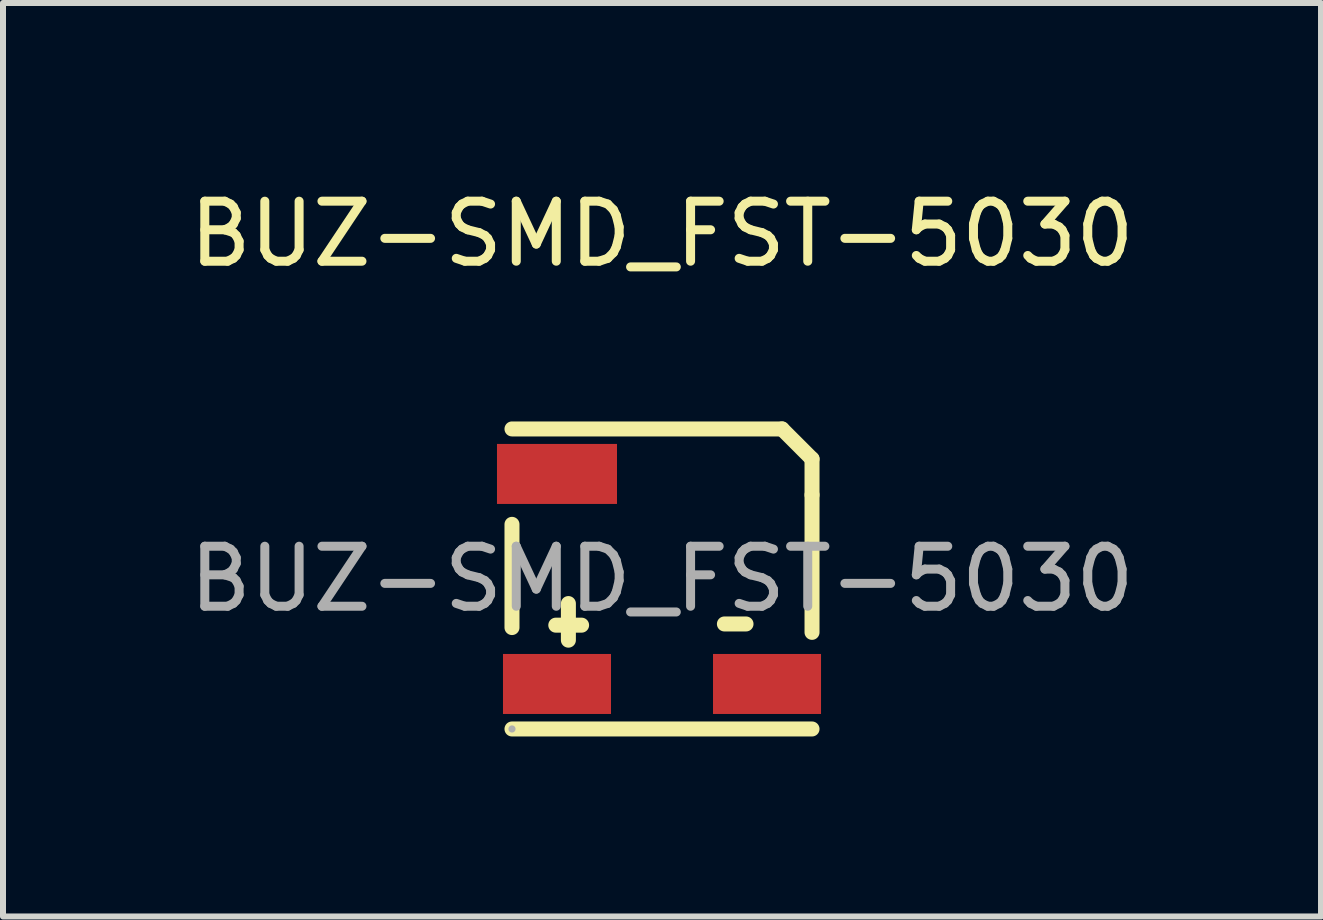
<source format=kicad_pcb>
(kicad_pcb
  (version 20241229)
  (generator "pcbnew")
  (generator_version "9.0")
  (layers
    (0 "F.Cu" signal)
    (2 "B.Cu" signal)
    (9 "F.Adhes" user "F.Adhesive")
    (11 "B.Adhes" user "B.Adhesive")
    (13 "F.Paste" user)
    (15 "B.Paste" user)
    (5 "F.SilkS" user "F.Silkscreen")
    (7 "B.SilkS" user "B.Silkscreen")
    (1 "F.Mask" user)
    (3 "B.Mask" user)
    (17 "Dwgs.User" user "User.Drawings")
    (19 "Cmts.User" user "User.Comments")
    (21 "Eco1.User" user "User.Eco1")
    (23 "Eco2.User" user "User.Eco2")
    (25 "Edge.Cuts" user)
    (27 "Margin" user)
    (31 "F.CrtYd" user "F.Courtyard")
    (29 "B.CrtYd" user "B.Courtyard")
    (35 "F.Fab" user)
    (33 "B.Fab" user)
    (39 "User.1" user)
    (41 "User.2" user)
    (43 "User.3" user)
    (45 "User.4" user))
  (footprint "BUZ-SMD_FST-5030"
    (layer "F.Cu")
    (at 7.982 6.598)
    (property "Reference" "BUZ-SMD_FST-5030" (at 0 -5.75 0) (layer "F.SilkS") (effects (font (size 1 1) (thickness 0.15))))
    (attr smd)
    (fp_line (start -2.5 -0.91) (end -2.5 0.81) (stroke (width 0.25) (type solid)) (layer "F.SilkS"))
    (fp_line (start -2.5 2.5) (end 2.5 2.5) (stroke (width 0.25) (type solid)) (layer "F.SilkS"))
    (fp_line (start -1.77 0.77) (end -1.34 0.77) (stroke (width 0.25) (type solid)) (layer "F.SilkS"))
    (fp_line (start -1.56 0.41) (end -1.56 1.02) (stroke (width 0.25) (type solid)) (layer "F.SilkS"))
    (fp_line (start 1.04 0.75) (end 1.4 0.75) (stroke (width 0.25) (type solid)) (layer "F.SilkS"))
    (fp_line (start 2 -2.5) (end -2.5 -2.5) (stroke (width 0.25) (type solid)) (layer "F.SilkS"))
    (fp_line (start 2.5 -2) (end 2 -2.5) (stroke (width 0.25) (type solid)) (layer "F.SilkS"))
    (fp_line (start 2.5 -1.4) (end 2.5 -2) (stroke (width 0.25) (type solid)) (layer "F.SilkS"))
    (fp_line (start 2.5 0.89) (end 2.5 -1.4) (stroke (width 0.25) (type solid)) (layer "F.SilkS"))
    (fp_circle (center -2.5 2.5) (end -2.47 2.5) (stroke (width 0.06) (type solid)) (fill no) (layer "F.Fab"))
    (fp_text user "${REFERENCE}" (at 0 0 0) (layer "F.Fab") (effects (font (size 1 1) (thickness 0.15))))
    (pad "1" smd rect (at -1.75 1.75) (size 1.8 1) (layers "F.Cu" "F.Mask" "F.Paste"))
    (pad "2" smd rect (at 1.75 1.75) (size 1.8 1) (layers "F.Cu" "F.Mask" "F.Paste"))
    (pad "3" smd rect (at -1.75 -1.75) (size 2 1) (layers "F.Cu" "F.Mask" "F.Paste")))
  (gr_rect
    (start -3 -3)
    (end 18.964 12.223)
    (stroke (width 0.1) (type default))
    (fill no)
    (layer "Edge.Cuts")))
</source>
